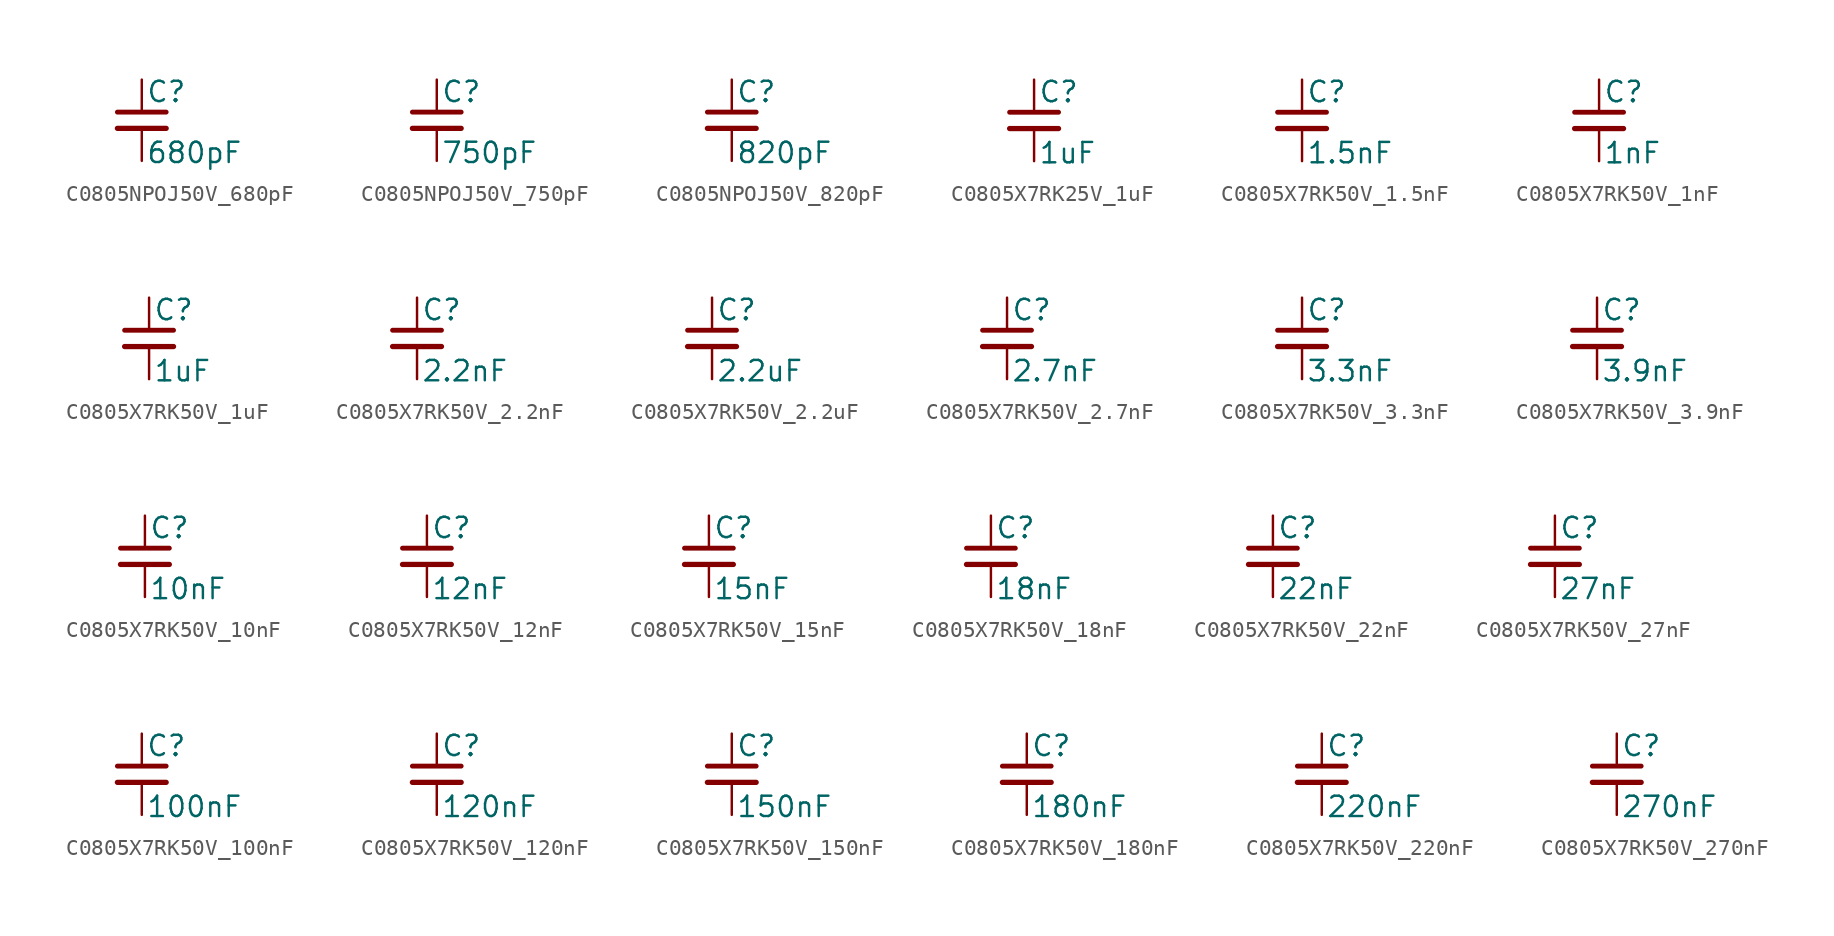
<source format=kicad_sym>
(kicad_symbol_lib
  (version 20220914)
  (generator kicad_symbol_editor)
  (symbol "C0805NPOJ50V_680pF"
    (pin_numbers hide)
    (pin_names
      (offset 0.254) hide)
    (property "Reference" "C"
      (at 0.254 1.778 0)
      (effects (font (size 1.27 1.27)) (justify left)))
    (property "Value" "680pF"
      (at 0.254 -2.032 0)
      (effects (font (size 1.27 1.27)) (justify left)))
    (symbol "C0805NPOJ50V_680pF_0_1"
      (polyline (pts (xy -1.524 -0.508) (xy 1.524 -0.508)) (stroke (width 0.33) (type default)) (fill (type none)))
      (polyline (pts (xy -1.524 0.508) (xy 1.524 0.508)) (stroke (width 0.305) (type default)) (fill (type none))))
    (symbol "C0805NPOJ50V_680pF_1_1"
      (pin passive line (at 0 2.54 270) (length 2.032) (name "~" (effects (font (size 1.27 1.27)))) (number "1" (effects (font (size 1.27 1.27)))))
      (pin passive line (at 0 -2.54 90) (length 2.032) (name "~" (effects (font (size 1.27 1.27)))) (number "2" (effects (font (size 1.27 1.27)))))))
  (symbol "C0805NPOJ50V_750pF"
    (pin_numbers hide)
    (pin_names
      (offset 0.254) hide)
    (property "Reference" "C"
      (at 0.254 1.778 0)
      (effects (font (size 1.27 1.27)) (justify left)))
    (property "Value" "750pF"
      (at 0.254 -2.032 0)
      (effects (font (size 1.27 1.27)) (justify left)))
    (symbol "C0805NPOJ50V_750pF_0_1"
      (polyline (pts (xy -1.524 -0.508) (xy 1.524 -0.508)) (stroke (width 0.33) (type default)) (fill (type none)))
      (polyline (pts (xy -1.524 0.508) (xy 1.524 0.508)) (stroke (width 0.305) (type default)) (fill (type none))))
    (symbol "C0805NPOJ50V_750pF_1_1"
      (pin passive line (at 0 2.54 270) (length 2.032) (name "~" (effects (font (size 1.27 1.27)))) (number "1" (effects (font (size 1.27 1.27)))))
      (pin passive line (at 0 -2.54 90) (length 2.032) (name "~" (effects (font (size 1.27 1.27)))) (number "2" (effects (font (size 1.27 1.27)))))))
  (symbol "C0805NPOJ50V_820pF"
    (pin_numbers hide)
    (pin_names
      (offset 0.254) hide)
    (property "Reference" "C"
      (at 0.254 1.778 0)
      (effects (font (size 1.27 1.27)) (justify left)))
    (property "Value" "820pF"
      (at 0.254 -2.032 0)
      (effects (font (size 1.27 1.27)) (justify left)))
    (symbol "C0805NPOJ50V_820pF_0_1"
      (polyline (pts (xy -1.524 -0.508) (xy 1.524 -0.508)) (stroke (width 0.33) (type default)) (fill (type none)))
      (polyline (pts (xy -1.524 0.508) (xy 1.524 0.508)) (stroke (width 0.305) (type default)) (fill (type none))))
    (symbol "C0805NPOJ50V_820pF_1_1"
      (pin passive line (at 0 2.54 270) (length 2.032) (name "~" (effects (font (size 1.27 1.27)))) (number "1" (effects (font (size 1.27 1.27)))))
      (pin passive line (at 0 -2.54 90) (length 2.032) (name "~" (effects (font (size 1.27 1.27)))) (number "2" (effects (font (size 1.27 1.27)))))))
  (symbol "C0805X7RK25V_1uF"
    (pin_numbers hide)
    (pin_names
      (offset 0.254) hide)
    (property "Reference" "C"
      (at 0.254 1.778 0)
      (effects (font (size 1.27 1.27)) (justify left)))
    (property "Value" "1uF"
      (at 0.254 -2.032 0)
      (effects (font (size 1.27 1.27)) (justify left)))
    (symbol "C0805X7RK25V_1uF_0_1"
      (polyline (pts (xy -1.524 -0.508) (xy 1.524 -0.508)) (stroke (width 0.33) (type default)) (fill (type none)))
      (polyline (pts (xy -1.524 0.508) (xy 1.524 0.508)) (stroke (width 0.305) (type default)) (fill (type none))))
    (symbol "C0805X7RK25V_1uF_1_1"
      (pin passive line (at 0 2.54 270) (length 2.032) (name "~" (effects (font (size 1.27 1.27)))) (number "1" (effects (font (size 1.27 1.27)))))
      (pin passive line (at 0 -2.54 90) (length 2.032) (name "~" (effects (font (size 1.27 1.27)))) (number "2" (effects (font (size 1.27 1.27)))))))
  (symbol "C0805X7RK50V_1.5nF"
    (pin_numbers hide)
    (pin_names
      (offset 0.254) hide)
    (property "Reference" "C"
      (at 0.254 1.778 0)
      (effects (font (size 1.27 1.27)) (justify left)))
    (property "Value" "1.5nF"
      (at 0.254 -2.032 0)
      (effects (font (size 1.27 1.27)) (justify left)))
    (symbol "C0805X7RK50V_1.5nF_0_1"
      (polyline (pts (xy -1.524 -0.508) (xy 1.524 -0.508)) (stroke (width 0.33) (type default)) (fill (type none)))
      (polyline (pts (xy -1.524 0.508) (xy 1.524 0.508)) (stroke (width 0.305) (type default)) (fill (type none))))
    (symbol "C0805X7RK50V_1.5nF_1_1"
      (pin passive line (at 0 2.54 270) (length 2.032) (name "~" (effects (font (size 1.27 1.27)))) (number "1" (effects (font (size 1.27 1.27)))))
      (pin passive line (at 0 -2.54 90) (length 2.032) (name "~" (effects (font (size 1.27 1.27)))) (number "2" (effects (font (size 1.27 1.27)))))))
  (symbol "C0805X7RK50V_1nF"
    (pin_numbers hide)
    (pin_names
      (offset 0.254) hide)
    (property "Reference" "C"
      (at 0.254 1.778 0)
      (effects (font (size 1.27 1.27)) (justify left)))
    (property "Value" "1nF"
      (at 0.254 -2.032 0)
      (effects (font (size 1.27 1.27)) (justify left)))
    (symbol "C0805X7RK50V_1nF_0_1"
      (polyline (pts (xy -1.524 -0.508) (xy 1.524 -0.508)) (stroke (width 0.33) (type default)) (fill (type none)))
      (polyline (pts (xy -1.524 0.508) (xy 1.524 0.508)) (stroke (width 0.305) (type default)) (fill (type none))))
    (symbol "C0805X7RK50V_1nF_1_1"
      (pin passive line (at 0 2.54 270) (length 2.032) (name "~" (effects (font (size 1.27 1.27)))) (number "1" (effects (font (size 1.27 1.27)))))
      (pin passive line (at 0 -2.54 90) (length 2.032) (name "~" (effects (font (size 1.27 1.27)))) (number "2" (effects (font (size 1.27 1.27)))))))
  (symbol "C0805X7RK50V_1uF"
    (pin_numbers hide)
    (pin_names
      (offset 0.254) hide)
    (property "Reference" "C"
      (at 0.254 1.778 0)
      (effects (font (size 1.27 1.27)) (justify left)))
    (property "Value" "1uF"
      (at 0.254 -2.032 0)
      (effects (font (size 1.27 1.27)) (justify left)))
    (symbol "C0805X7RK50V_1uF_0_1"
      (polyline (pts (xy -1.524 -0.508) (xy 1.524 -0.508)) (stroke (width 0.33) (type default)) (fill (type none)))
      (polyline (pts (xy -1.524 0.508) (xy 1.524 0.508)) (stroke (width 0.305) (type default)) (fill (type none))))
    (symbol "C0805X7RK50V_1uF_1_1"
      (pin passive line (at 0 2.54 270) (length 2.032) (name "~" (effects (font (size 1.27 1.27)))) (number "1" (effects (font (size 1.27 1.27)))))
      (pin passive line (at 0 -2.54 90) (length 2.032) (name "~" (effects (font (size 1.27 1.27)))) (number "2" (effects (font (size 1.27 1.27)))))))
  (symbol "C0805X7RK50V_2.2nF"
    (pin_numbers hide)
    (pin_names
      (offset 0.254) hide)
    (property "Reference" "C"
      (at 0.254 1.778 0)
      (effects (font (size 1.27 1.27)) (justify left)))
    (property "Value" "2.2nF"
      (at 0.254 -2.032 0)
      (effects (font (size 1.27 1.27)) (justify left)))
    (symbol "C0805X7RK50V_2.2nF_0_1"
      (polyline (pts (xy -1.524 -0.508) (xy 1.524 -0.508)) (stroke (width 0.33) (type default)) (fill (type none)))
      (polyline (pts (xy -1.524 0.508) (xy 1.524 0.508)) (stroke (width 0.305) (type default)) (fill (type none))))
    (symbol "C0805X7RK50V_2.2nF_1_1"
      (pin passive line (at 0 2.54 270) (length 2.032) (name "~" (effects (font (size 1.27 1.27)))) (number "1" (effects (font (size 1.27 1.27)))))
      (pin passive line (at 0 -2.54 90) (length 2.032) (name "~" (effects (font (size 1.27 1.27)))) (number "2" (effects (font (size 1.27 1.27)))))))
  (symbol "C0805X7RK50V_2.2uF"
    (pin_numbers hide)
    (pin_names
      (offset 0.254) hide)
    (property "Reference" "C"
      (at 0.254 1.778 0)
      (effects (font (size 1.27 1.27)) (justify left)))
    (property "Value" "2.2uF"
      (at 0.254 -2.032 0)
      (effects (font (size 1.27 1.27)) (justify left)))
    (symbol "C0805X7RK50V_2.2uF_0_1"
      (polyline (pts (xy -1.524 -0.508) (xy 1.524 -0.508)) (stroke (width 0.33) (type default)) (fill (type none)))
      (polyline (pts (xy -1.524 0.508) (xy 1.524 0.508)) (stroke (width 0.305) (type default)) (fill (type none))))
    (symbol "C0805X7RK50V_2.2uF_1_1"
      (pin passive line (at 0 2.54 270) (length 2.032) (name "~" (effects (font (size 1.27 1.27)))) (number "1" (effects (font (size 1.27 1.27)))))
      (pin passive line (at 0 -2.54 90) (length 2.032) (name "~" (effects (font (size 1.27 1.27)))) (number "2" (effects (font (size 1.27 1.27)))))))
  (symbol "C0805X7RK50V_2.7nF"
    (pin_numbers hide)
    (pin_names
      (offset 0.254) hide)
    (property "Reference" "C"
      (at 0.254 1.778 0)
      (effects (font (size 1.27 1.27)) (justify left)))
    (property "Value" "2.7nF"
      (at 0.254 -2.032 0)
      (effects (font (size 1.27 1.27)) (justify left)))
    (symbol "C0805X7RK50V_2.7nF_0_1"
      (polyline (pts (xy -1.524 -0.508) (xy 1.524 -0.508)) (stroke (width 0.33) (type default)) (fill (type none)))
      (polyline (pts (xy -1.524 0.508) (xy 1.524 0.508)) (stroke (width 0.305) (type default)) (fill (type none))))
    (symbol "C0805X7RK50V_2.7nF_1_1"
      (pin passive line (at 0 2.54 270) (length 2.032) (name "~" (effects (font (size 1.27 1.27)))) (number "1" (effects (font (size 1.27 1.27)))))
      (pin passive line (at 0 -2.54 90) (length 2.032) (name "~" (effects (font (size 1.27 1.27)))) (number "2" (effects (font (size 1.27 1.27)))))))
  (symbol "C0805X7RK50V_3.3nF"
    (pin_numbers hide)
    (pin_names
      (offset 0.254) hide)
    (property "Reference" "C"
      (at 0.254 1.778 0)
      (effects (font (size 1.27 1.27)) (justify left)))
    (property "Value" "3.3nF"
      (at 0.254 -2.032 0)
      (effects (font (size 1.27 1.27)) (justify left)))
    (symbol "C0805X7RK50V_3.3nF_0_1"
      (polyline (pts (xy -1.524 -0.508) (xy 1.524 -0.508)) (stroke (width 0.33) (type default)) (fill (type none)))
      (polyline (pts (xy -1.524 0.508) (xy 1.524 0.508)) (stroke (width 0.305) (type default)) (fill (type none))))
    (symbol "C0805X7RK50V_3.3nF_1_1"
      (pin passive line (at 0 2.54 270) (length 2.032) (name "~" (effects (font (size 1.27 1.27)))) (number "1" (effects (font (size 1.27 1.27)))))
      (pin passive line (at 0 -2.54 90) (length 2.032) (name "~" (effects (font (size 1.27 1.27)))) (number "2" (effects (font (size 1.27 1.27)))))))
  (symbol "C0805X7RK50V_3.9nF"
    (pin_numbers hide)
    (pin_names
      (offset 0.254) hide)
    (property "Reference" "C"
      (at 0.254 1.778 0)
      (effects (font (size 1.27 1.27)) (justify left)))
    (property "Value" "3.9nF"
      (at 0.254 -2.032 0)
      (effects (font (size 1.27 1.27)) (justify left)))
    (symbol "C0805X7RK50V_3.9nF_0_1"
      (polyline (pts (xy -1.524 -0.508) (xy 1.524 -0.508)) (stroke (width 0.33) (type default)) (fill (type none)))
      (polyline (pts (xy -1.524 0.508) (xy 1.524 0.508)) (stroke (width 0.305) (type default)) (fill (type none))))
    (symbol "C0805X7RK50V_3.9nF_1_1"
      (pin passive line (at 0 2.54 270) (length 2.032) (name "~" (effects (font (size 1.27 1.27)))) (number "1" (effects (font (size 1.27 1.27)))))
      (pin passive line (at 0 -2.54 90) (length 2.032) (name "~" (effects (font (size 1.27 1.27)))) (number "2" (effects (font (size 1.27 1.27)))))))
  (symbol "C0805X7RK50V_10nF"
    (pin_numbers hide)
    (pin_names
      (offset 0.254) hide)
    (property "Reference" "C"
      (at 0.254 1.778 0)
      (effects (font (size 1.27 1.27)) (justify left)))
    (property "Value" "10nF"
      (at 0.254 -2.032 0)
      (effects (font (size 1.27 1.27)) (justify left)))
    (symbol "C0805X7RK50V_10nF_0_1"
      (polyline (pts (xy -1.524 -0.508) (xy 1.524 -0.508)) (stroke (width 0.33) (type default)) (fill (type none)))
      (polyline (pts (xy -1.524 0.508) (xy 1.524 0.508)) (stroke (width 0.305) (type default)) (fill (type none))))
    (symbol "C0805X7RK50V_10nF_1_1"
      (pin passive line (at 0 2.54 270) (length 2.032) (name "~" (effects (font (size 1.27 1.27)))) (number "1" (effects (font (size 1.27 1.27)))))
      (pin passive line (at 0 -2.54 90) (length 2.032) (name "~" (effects (font (size 1.27 1.27)))) (number "2" (effects (font (size 1.27 1.27)))))))
  (symbol "C0805X7RK50V_12nF"
    (pin_numbers hide)
    (pin_names
      (offset 0.254) hide)
    (property "Reference" "C"
      (at 0.254 1.778 0)
      (effects (font (size 1.27 1.27)) (justify left)))
    (property "Value" "12nF"
      (at 0.254 -2.032 0)
      (effects (font (size 1.27 1.27)) (justify left)))
    (symbol "C0805X7RK50V_12nF_0_1"
      (polyline (pts (xy -1.524 -0.508) (xy 1.524 -0.508)) (stroke (width 0.33) (type default)) (fill (type none)))
      (polyline (pts (xy -1.524 0.508) (xy 1.524 0.508)) (stroke (width 0.305) (type default)) (fill (type none))))
    (symbol "C0805X7RK50V_12nF_1_1"
      (pin passive line (at 0 2.54 270) (length 2.032) (name "~" (effects (font (size 1.27 1.27)))) (number "1" (effects (font (size 1.27 1.27)))))
      (pin passive line (at 0 -2.54 90) (length 2.032) (name "~" (effects (font (size 1.27 1.27)))) (number "2" (effects (font (size 1.27 1.27)))))))
  (symbol "C0805X7RK50V_15nF"
    (pin_numbers hide)
    (pin_names
      (offset 0.254) hide)
    (property "Reference" "C"
      (at 0.254 1.778 0)
      (effects (font (size 1.27 1.27)) (justify left)))
    (property "Value" "15nF"
      (at 0.254 -2.032 0)
      (effects (font (size 1.27 1.27)) (justify left)))
    (symbol "C0805X7RK50V_15nF_0_1"
      (polyline (pts (xy -1.524 -0.508) (xy 1.524 -0.508)) (stroke (width 0.33) (type default)) (fill (type none)))
      (polyline (pts (xy -1.524 0.508) (xy 1.524 0.508)) (stroke (width 0.305) (type default)) (fill (type none))))
    (symbol "C0805X7RK50V_15nF_1_1"
      (pin passive line (at 0 2.54 270) (length 2.032) (name "~" (effects (font (size 1.27 1.27)))) (number "1" (effects (font (size 1.27 1.27)))))
      (pin passive line (at 0 -2.54 90) (length 2.032) (name "~" (effects (font (size 1.27 1.27)))) (number "2" (effects (font (size 1.27 1.27)))))))
  (symbol "C0805X7RK50V_18nF"
    (pin_numbers hide)
    (pin_names
      (offset 0.254) hide)
    (property "Reference" "C"
      (at 0.254 1.778 0)
      (effects (font (size 1.27 1.27)) (justify left)))
    (property "Value" "18nF"
      (at 0.254 -2.032 0)
      (effects (font (size 1.27 1.27)) (justify left)))
    (symbol "C0805X7RK50V_18nF_0_1"
      (polyline (pts (xy -1.524 -0.508) (xy 1.524 -0.508)) (stroke (width 0.33) (type default)) (fill (type none)))
      (polyline (pts (xy -1.524 0.508) (xy 1.524 0.508)) (stroke (width 0.305) (type default)) (fill (type none))))
    (symbol "C0805X7RK50V_18nF_1_1"
      (pin passive line (at 0 2.54 270) (length 2.032) (name "~" (effects (font (size 1.27 1.27)))) (number "1" (effects (font (size 1.27 1.27)))))
      (pin passive line (at 0 -2.54 90) (length 2.032) (name "~" (effects (font (size 1.27 1.27)))) (number "2" (effects (font (size 1.27 1.27)))))))
  (symbol "C0805X7RK50V_22nF"
    (pin_numbers hide)
    (pin_names
      (offset 0.254) hide)
    (property "Reference" "C"
      (at 0.254 1.778 0)
      (effects (font (size 1.27 1.27)) (justify left)))
    (property "Value" "22nF"
      (at 0.254 -2.032 0)
      (effects (font (size 1.27 1.27)) (justify left)))
    (symbol "C0805X7RK50V_22nF_0_1"
      (polyline (pts (xy -1.524 -0.508) (xy 1.524 -0.508)) (stroke (width 0.33) (type default)) (fill (type none)))
      (polyline (pts (xy -1.524 0.508) (xy 1.524 0.508)) (stroke (width 0.305) (type default)) (fill (type none))))
    (symbol "C0805X7RK50V_22nF_1_1"
      (pin passive line (at 0 2.54 270) (length 2.032) (name "~" (effects (font (size 1.27 1.27)))) (number "1" (effects (font (size 1.27 1.27)))))
      (pin passive line (at 0 -2.54 90) (length 2.032) (name "~" (effects (font (size 1.27 1.27)))) (number "2" (effects (font (size 1.27 1.27)))))))
  (symbol "C0805X7RK50V_27nF"
    (pin_numbers hide)
    (pin_names
      (offset 0.254) hide)
    (property "Reference" "C"
      (at 0.254 1.778 0)
      (effects (font (size 1.27 1.27)) (justify left)))
    (property "Value" "27nF"
      (at 0.254 -2.032 0)
      (effects (font (size 1.27 1.27)) (justify left)))
    (symbol "C0805X7RK50V_27nF_0_1"
      (polyline (pts (xy -1.524 -0.508) (xy 1.524 -0.508)) (stroke (width 0.33) (type default)) (fill (type none)))
      (polyline (pts (xy -1.524 0.508) (xy 1.524 0.508)) (stroke (width 0.305) (type default)) (fill (type none))))
    (symbol "C0805X7RK50V_27nF_1_1"
      (pin passive line (at 0 2.54 270) (length 2.032) (name "~" (effects (font (size 1.27 1.27)))) (number "1" (effects (font (size 1.27 1.27)))))
      (pin passive line (at 0 -2.54 90) (length 2.032) (name "~" (effects (font (size 1.27 1.27)))) (number "2" (effects (font (size 1.27 1.27)))))))
  (symbol "C0805X7RK50V_100nF"
    (pin_numbers hide)
    (pin_names
      (offset 0.254) hide)
    (property "Reference" "C"
      (at 0.254 1.778 0)
      (effects (font (size 1.27 1.27)) (justify left)))
    (property "Value" "100nF"
      (at 0.254 -2.032 0)
      (effects (font (size 1.27 1.27)) (justify left)))
    (symbol "C0805X7RK50V_100nF_0_1"
      (polyline (pts (xy -1.524 -0.508) (xy 1.524 -0.508)) (stroke (width 0.33) (type default)) (fill (type none)))
      (polyline (pts (xy -1.524 0.508) (xy 1.524 0.508)) (stroke (width 0.305) (type default)) (fill (type none))))
    (symbol "C0805X7RK50V_100nF_1_1"
      (pin passive line (at 0 2.54 270) (length 2.032) (name "~" (effects (font (size 1.27 1.27)))) (number "1" (effects (font (size 1.27 1.27)))))
      (pin passive line (at 0 -2.54 90) (length 2.032) (name "~" (effects (font (size 1.27 1.27)))) (number "2" (effects (font (size 1.27 1.27)))))))
  (symbol "C0805X7RK50V_120nF"
    (pin_numbers hide)
    (pin_names
      (offset 0.254) hide)
    (property "Reference" "C"
      (at 0.254 1.778 0)
      (effects (font (size 1.27 1.27)) (justify left)))
    (property "Value" "120nF"
      (at 0.254 -2.032 0)
      (effects (font (size 1.27 1.27)) (justify left)))
    (symbol "C0805X7RK50V_120nF_0_1"
      (polyline (pts (xy -1.524 -0.508) (xy 1.524 -0.508)) (stroke (width 0.33) (type default)) (fill (type none)))
      (polyline (pts (xy -1.524 0.508) (xy 1.524 0.508)) (stroke (width 0.305) (type default)) (fill (type none))))
    (symbol "C0805X7RK50V_120nF_1_1"
      (pin passive line (at 0 2.54 270) (length 2.032) (name "~" (effects (font (size 1.27 1.27)))) (number "1" (effects (font (size 1.27 1.27)))))
      (pin passive line (at 0 -2.54 90) (length 2.032) (name "~" (effects (font (size 1.27 1.27)))) (number "2" (effects (font (size 1.27 1.27)))))))
  (symbol "C0805X7RK50V_150nF"
    (pin_numbers hide)
    (pin_names
      (offset 0.254) hide)
    (property "Reference" "C"
      (at 0.254 1.778 0)
      (effects (font (size 1.27 1.27)) (justify left)))
    (property "Value" "150nF"
      (at 0.254 -2.032 0)
      (effects (font (size 1.27 1.27)) (justify left)))
    (symbol "C0805X7RK50V_150nF_0_1"
      (polyline (pts (xy -1.524 -0.508) (xy 1.524 -0.508)) (stroke (width 0.33) (type default)) (fill (type none)))
      (polyline (pts (xy -1.524 0.508) (xy 1.524 0.508)) (stroke (width 0.305) (type default)) (fill (type none))))
    (symbol "C0805X7RK50V_150nF_1_1"
      (pin passive line (at 0 2.54 270) (length 2.032) (name "~" (effects (font (size 1.27 1.27)))) (number "1" (effects (font (size 1.27 1.27)))))
      (pin passive line (at 0 -2.54 90) (length 2.032) (name "~" (effects (font (size 1.27 1.27)))) (number "2" (effects (font (size 1.27 1.27)))))))
  (symbol "C0805X7RK50V_180nF"
    (pin_numbers hide)
    (pin_names
      (offset 0.254) hide)
    (property "Reference" "C"
      (at 0.254 1.778 0)
      (effects (font (size 1.27 1.27)) (justify left)))
    (property "Value" "180nF"
      (at 0.254 -2.032 0)
      (effects (font (size 1.27 1.27)) (justify left)))
    (symbol "C0805X7RK50V_180nF_0_1"
      (polyline (pts (xy -1.524 -0.508) (xy 1.524 -0.508)) (stroke (width 0.33) (type default)) (fill (type none)))
      (polyline (pts (xy -1.524 0.508) (xy 1.524 0.508)) (stroke (width 0.305) (type default)) (fill (type none))))
    (symbol "C0805X7RK50V_180nF_1_1"
      (pin passive line (at 0 2.54 270) (length 2.032) (name "~" (effects (font (size 1.27 1.27)))) (number "1" (effects (font (size 1.27 1.27)))))
      (pin passive line (at 0 -2.54 90) (length 2.032) (name "~" (effects (font (size 1.27 1.27)))) (number "2" (effects (font (size 1.27 1.27)))))))
  (symbol "C0805X7RK50V_220nF"
    (pin_numbers hide)
    (pin_names
      (offset 0.254) hide)
    (property "Reference" "C"
      (at 0.254 1.778 0)
      (effects (font (size 1.27 1.27)) (justify left)))
    (property "Value" "220nF"
      (at 0.254 -2.032 0)
      (effects (font (size 1.27 1.27)) (justify left)))
    (symbol "C0805X7RK50V_220nF_0_1"
      (polyline (pts (xy -1.524 -0.508) (xy 1.524 -0.508)) (stroke (width 0.33) (type default)) (fill (type none)))
      (polyline (pts (xy -1.524 0.508) (xy 1.524 0.508)) (stroke (width 0.305) (type default)) (fill (type none))))
    (symbol "C0805X7RK50V_220nF_1_1"
      (pin passive line (at 0 2.54 270) (length 2.032) (name "~" (effects (font (size 1.27 1.27)))) (number "1" (effects (font (size 1.27 1.27)))))
      (pin passive line (at 0 -2.54 90) (length 2.032) (name "~" (effects (font (size 1.27 1.27)))) (number "2" (effects (font (size 1.27 1.27)))))))
  (symbol "C0805X7RK50V_270nF"
    (pin_numbers hide)
    (pin_names
      (offset 0.254) hide)
    (property "Reference" "C"
      (at 0.254 1.778 0)
      (effects (font (size 1.27 1.27)) (justify left)))
    (property "Value" "270nF"
      (at 0.254 -2.032 0)
      (effects (font (size 1.27 1.27)) (justify left)))
    (symbol "C0805X7RK50V_270nF_0_1"
      (polyline (pts (xy -1.524 -0.508) (xy 1.524 -0.508)) (stroke (width 0.33) (type default)) (fill (type none)))
      (polyline (pts (xy -1.524 0.508) (xy 1.524 0.508)) (stroke (width 0.305) (type default)) (fill (type none))))
    (symbol "C0805X7RK50V_270nF_1_1"
      (pin passive line (at 0 2.54 270) (length 2.032) (name "~" (effects (font (size 1.27 1.27)))) (number "1" (effects (font (size 1.27 1.27)))))
      (pin passive line (at 0 -2.54 90) (length 2.032) (name "~" (effects (font (size 1.27 1.27)))) (number "2" (effects (font (size 1.27 1.27))))))))
</source>
